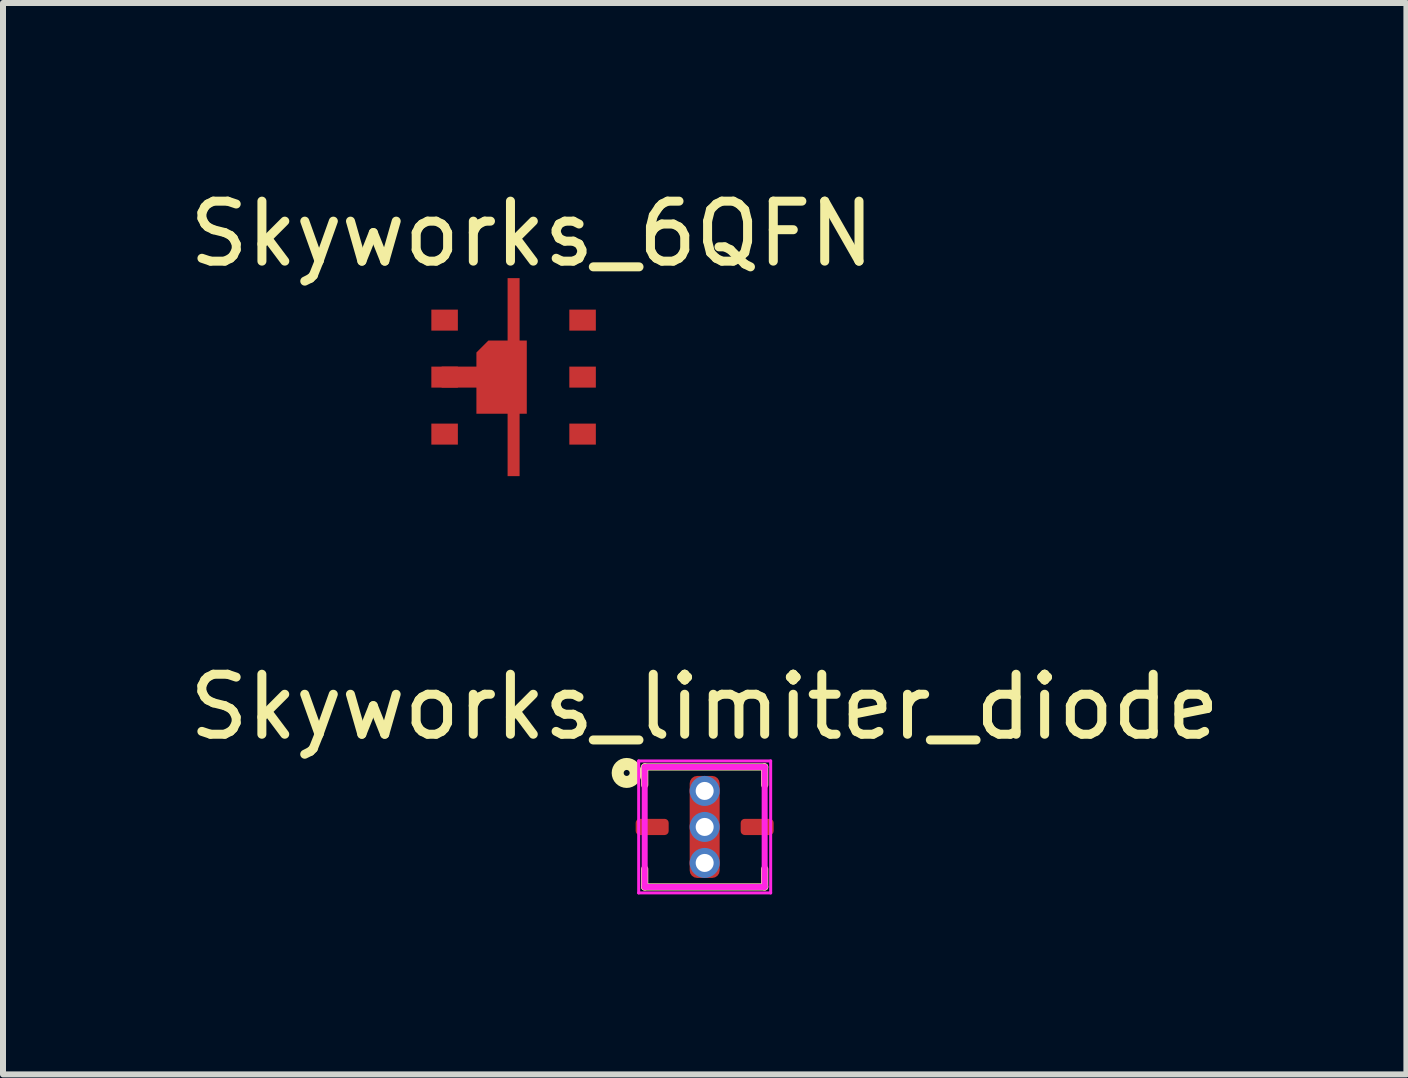
<source format=kicad_pcb>
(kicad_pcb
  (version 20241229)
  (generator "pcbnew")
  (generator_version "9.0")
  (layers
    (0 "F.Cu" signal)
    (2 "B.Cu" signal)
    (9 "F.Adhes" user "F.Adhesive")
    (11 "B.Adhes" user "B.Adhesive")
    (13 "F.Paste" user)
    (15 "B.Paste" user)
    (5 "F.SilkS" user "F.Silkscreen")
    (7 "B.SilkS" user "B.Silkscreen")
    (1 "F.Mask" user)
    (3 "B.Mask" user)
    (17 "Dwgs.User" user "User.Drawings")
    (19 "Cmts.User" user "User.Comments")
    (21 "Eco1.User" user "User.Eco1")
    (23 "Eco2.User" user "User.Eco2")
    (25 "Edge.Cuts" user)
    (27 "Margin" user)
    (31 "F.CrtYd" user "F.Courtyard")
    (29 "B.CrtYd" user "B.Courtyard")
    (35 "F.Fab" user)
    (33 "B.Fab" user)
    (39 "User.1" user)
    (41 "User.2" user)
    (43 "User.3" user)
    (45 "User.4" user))
  (footprint "Skyworks_6QFN"
    (layer "F.Cu")
    (at 5.511 3.236)
    (property "Reference" "Skyworks_6QFN" (at 0.305 -2.388 0) (layer "F.SilkS") (effects (font (size 1 1) (thickness 0.15))))
    (attr through_hole)
    (pad "1" smd rect (at -1.15 -0.95) (size 0.442 0.35) (layers "F.Cu" "F.Mask" "F.Paste"))
    (pad "2" smd rect (at -1.15 0) (size 0.442 0.35) (layers "F.Cu" "F.Mask" "F.Paste"))
    (pad "2" smd custom (at 0 0) (size 0.41 0.8) (layers "F.Cu" "F.Mask" "F.Paste") (options (anchor rect)) (primitives (gr_poly (pts (xy -0.1 -1.65) (xy 0.1 -1.65) (xy 0.1 1.65) (xy -0.1 1.65)) (width 0) (fill yes)) (gr_poly (pts (xy -0.42 -0.61) (xy 0.22 -0.61) (xy 0.22 0.61) (xy -0.62 0.61) (xy -0.62 -0.41)) (width 0) (fill yes)) (gr_poly (pts (xy -1.2 -0.175) (xy 0 -0.175) (xy 0 0.175) (xy -1.2 0.175)) (width 0) (fill yes))))
    (pad "3" smd rect (at -1.15 0.95) (size 0.442 0.35) (layers "F.Cu" "F.Mask" "F.Paste"))
    (pad "4" smd rect (at 1.15 0.95) (size 0.442 0.35) (layers "F.Cu" "F.Mask" "F.Paste"))
    (pad "5" smd rect (at 1.15 0) (size 0.442 0.35) (layers "F.Cu" "F.Mask" "F.Paste"))
    (pad "6" smd rect (at 1.15 -0.95) (size 0.442 0.35) (layers "F.Cu" "F.Mask" "F.Paste")))
  (footprint "Skyworks_limiter_diode"
    (layer "F.Cu")
    (at 8.696 10.734)
    (property "Reference" "Skyworks_limiter_diode" (at 0 -2 0) (layer "F.SilkS") (effects (font (size 1 1) (thickness 0.15))))
    (attr through_hole)
    (fp_line (start -1 -1) (end 1 -1) (stroke (width 0.12) (type solid)) (layer "F.SilkS"))
    (fp_line (start -1 -0.7) (end -1 -1) (stroke (width 0.12) (type solid)) (layer "F.SilkS"))
    (fp_line (start -1 0.7) (end -1 1) (stroke (width 0.12) (type solid)) (layer "F.SilkS"))
    (fp_line (start 1 -0.7) (end 1 -1) (stroke (width 0.12) (type solid)) (layer "F.SilkS"))
    (fp_line (start 1 0.7) (end 1 1) (stroke (width 0.12) (type solid)) (layer "F.SilkS"))
    (fp_line (start 1 1) (end -1 1) (stroke (width 0.12) (type solid)) (layer "F.SilkS"))
    (fp_circle (center -1.3 -0.9) (end -1.25 -0.9) (stroke (width 0.2) (type solid)) (fill no) (layer "F.SilkS"))
    (fp_line (start -1.1 -1.1) (end 1.1 -1.1) (stroke (width 0.05) (type solid)) (layer "F.CrtYd"))
    (fp_line (start -1.1 1.1) (end -1.1 -1.1) (stroke (width 0.05) (type solid)) (layer "F.CrtYd"))
    (fp_line (start -1 -1) (end 1 -1) (stroke (width 0.1) (type solid)) (layer "F.CrtYd"))
    (fp_line (start -1 1) (end -1 -1) (stroke (width 0.1) (type solid)) (layer "F.CrtYd"))
    (fp_line (start 1 -1) (end 1 1) (stroke (width 0.1) (type solid)) (layer "F.CrtYd"))
    (fp_line (start 1 1) (end -1 1) (stroke (width 0.1) (type solid)) (layer "F.CrtYd"))
    (fp_line (start 1.1 -1.1) (end 1.1 1.1) (stroke (width 0.05) (type solid)) (layer "F.CrtYd"))
    (fp_line (start 1.1 1.1) (end -1.1 1.1) (stroke (width 0.05) (type solid)) (layer "F.CrtYd"))
    (pad "1" smd roundrect (at -0.875 0 90) (size 0.27 0.55) (layers "F.Cu" "F.Mask" "F.Paste") (roundrect_rratio 0.25))
    (pad "2" smd roundrect (at 0.875 0 90) (size 0.27 0.55) (layers "F.Cu" "F.Mask" "F.Paste") (roundrect_rratio 0.25))
    (pad "3" thru_hole circle (at 0 -0.6) (size 0.5 0.5) (drill 0.3) (layers "*.Cu" "*.Mask"))
    (pad "3" thru_hole circle (at 0 0) (size 0.5 0.5) (drill 0.3) (layers "*.Cu" "*.Mask"))
    (pad "3" smd roundrect (at 0 0) (size 0.5 1.7) (layers "F.Cu" "F.Mask" "F.Paste") (roundrect_rratio 0.25))
    (pad "3" thru_hole circle (at 0 0.6) (size 0.5 0.5) (drill 0.3) (layers "*.Cu" "*.Mask")))
  (gr_rect
    (start -3 -3)
    (end 20.393 14.859)
    (stroke (width 0.1) (type default))
    (fill no)
    (layer "Edge.Cuts")))
</source>
